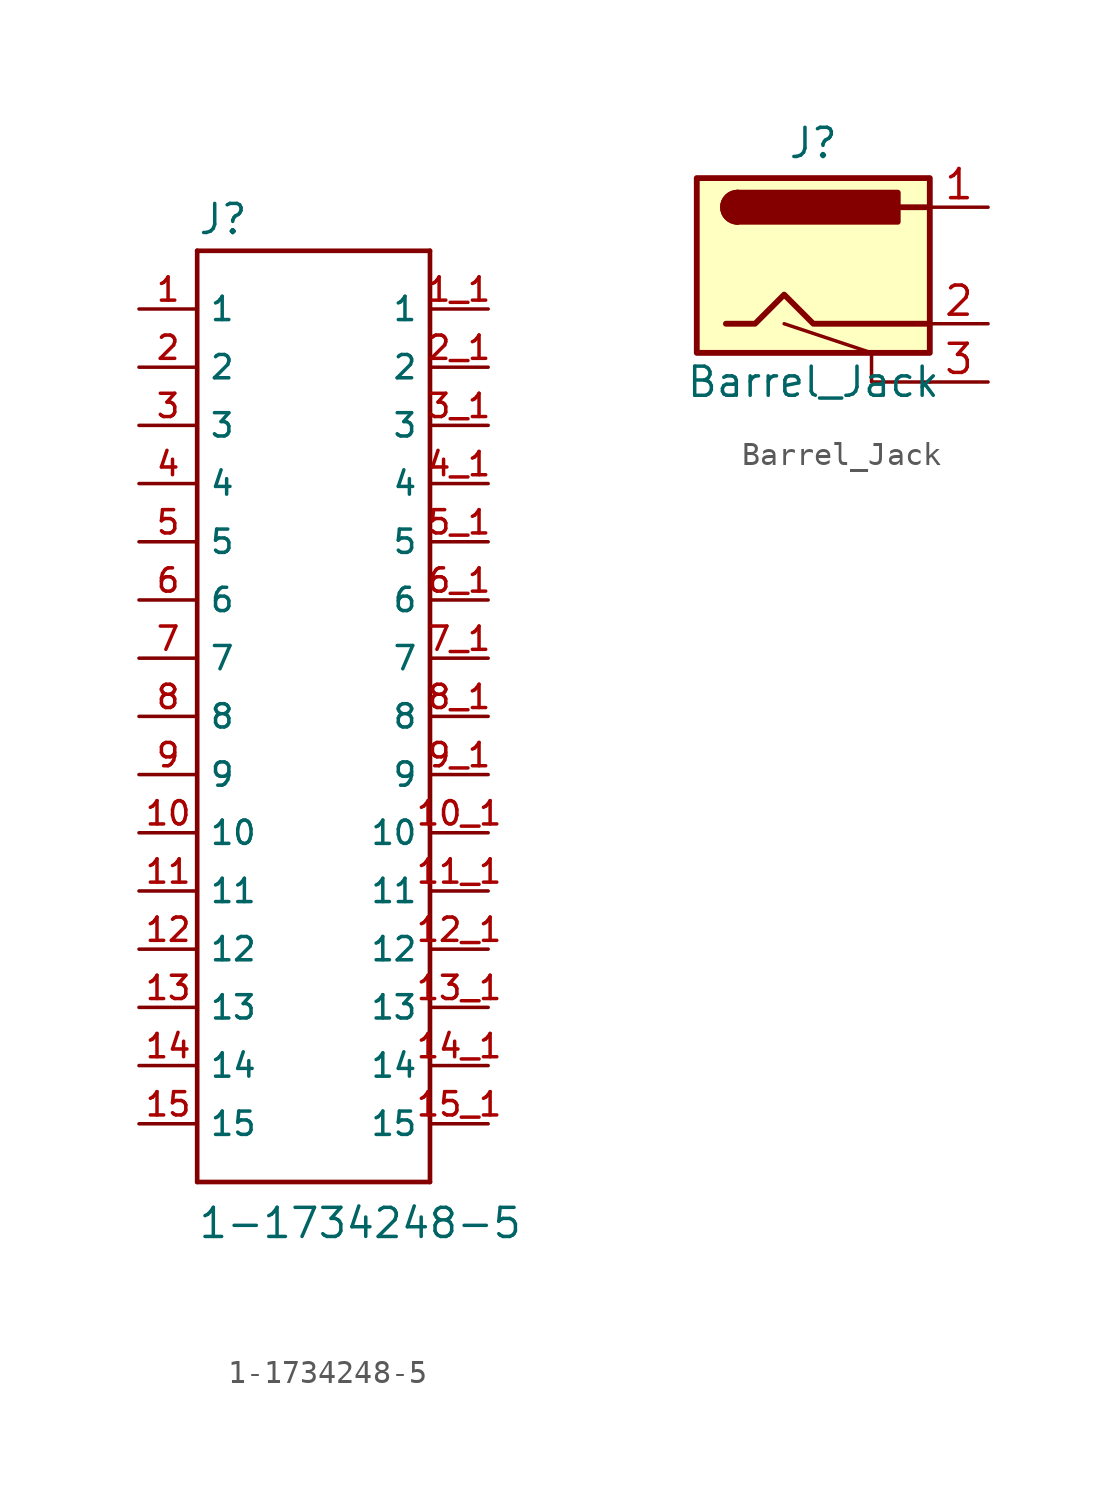
<source format=kicad_sym>
(kicad_symbol_lib
  (version 20241209)
  (generator "kicad_symbol_editor")
  (generator_version "9.0")
  (symbol "1-1734248-5"
    (property "Reference" "J"
      (at -5.08 20.955 0)
      (effects (font (size 1.27 1.27)) (justify left bottom)))
    (property "Value" "1-1734248-5"
      (at -5.08 -22.86 0)
      (effects (font (size 1.27 1.27)) (justify left bottom)))
    (property "ki_locked" ""
      (at 0 0 0)
      (effects (font (size 1.27 1.27))))
    (symbol "1-1734248-5_0_0"
      (polyline (pts (xy -5.08 20.32) (xy -5.08 -20.32)) (stroke (width 0.203) (type default)) (fill (type none)))
      (polyline (pts (xy -5.08 -20.32) (xy 5.08 -20.32)) (stroke (width 0.203) (type default)) (fill (type none)))
      (polyline (pts (xy 5.08 20.32) (xy -5.08 20.32)) (stroke (width 0.203) (type default)) (fill (type none)))
      (polyline (pts (xy 5.08 -20.32) (xy 5.08 20.32)) (stroke (width 0.203) (type default)) (fill (type none)))
      (pin passive line (at -7.62 17.78 0) (length 2.54) (name "1" (effects (font (size 1.016 1.016)))) (number "1" (effects (font (size 1.016 1.016)))))
      (pin passive line (at -7.62 15.24 0) (length 2.54) (name "2" (effects (font (size 1.016 1.016)))) (number "2" (effects (font (size 1.016 1.016)))))
      (pin passive line (at -7.62 12.7 0) (length 2.54) (name "3" (effects (font (size 1.016 1.016)))) (number "3" (effects (font (size 1.016 1.016)))))
      (pin passive line (at -7.62 10.16 0) (length 2.54) (name "4" (effects (font (size 1.016 1.016)))) (number "4" (effects (font (size 1.016 1.016)))))
      (pin passive line (at -7.62 7.62 0) (length 2.54) (name "5" (effects (font (size 1.016 1.016)))) (number "5" (effects (font (size 1.016 1.016)))))
      (pin passive line (at -7.62 5.08 0) (length 2.54) (name "6" (effects (font (size 1.016 1.016)))) (number "6" (effects (font (size 1.016 1.016)))))
      (pin passive line (at -7.62 2.54 0) (length 2.54) (name "7" (effects (font (size 1.016 1.016)))) (number "7" (effects (font (size 1.016 1.016)))))
      (pin passive line (at -7.62 0 0) (length 2.54) (name "8" (effects (font (size 1.016 1.016)))) (number "8" (effects (font (size 1.016 1.016)))))
      (pin passive line (at -7.62 -2.54 0) (length 2.54) (name "9" (effects (font (size 1.016 1.016)))) (number "9" (effects (font (size 1.016 1.016)))))
      (pin passive line (at -7.62 -5.08 0) (length 2.54) (name "10" (effects (font (size 1.016 1.016)))) (number "10" (effects (font (size 1.016 1.016)))))
      (pin passive line (at -7.62 -7.62 0) (length 2.54) (name "11" (effects (font (size 1.016 1.016)))) (number "11" (effects (font (size 1.016 1.016)))))
      (pin passive line (at -7.62 -10.16 0) (length 2.54) (name "12" (effects (font (size 1.016 1.016)))) (number "12" (effects (font (size 1.016 1.016)))))
      (pin passive line (at -7.62 -12.7 0) (length 2.54) (name "13" (effects (font (size 1.016 1.016)))) (number "13" (effects (font (size 1.016 1.016)))))
      (pin passive line (at -7.62 -15.24 0) (length 2.54) (name "14" (effects (font (size 1.016 1.016)))) (number "14" (effects (font (size 1.016 1.016)))))
      (pin passive line (at -7.62 -17.78 0) (length 2.54) (name "15" (effects (font (size 1.016 1.016)))) (number "15" (effects (font (size 1.016 1.016)))))
      (pin passive line (at 7.62 17.78 180) (length 2.54) (name "1" (effects (font (size 1.016 1.016)))) (number "1_1" (effects (font (size 1.016 1.016)))))
      (pin passive line (at 7.62 15.24 180) (length 2.54) (name "2" (effects (font (size 1.016 1.016)))) (number "2_1" (effects (font (size 1.016 1.016)))))
      (pin passive line (at 7.62 12.7 180) (length 2.54) (name "3" (effects (font (size 1.016 1.016)))) (number "3_1" (effects (font (size 1.016 1.016)))))
      (pin passive line (at 7.62 10.16 180) (length 2.54) (name "4" (effects (font (size 1.016 1.016)))) (number "4_1" (effects (font (size 1.016 1.016)))))
      (pin passive line (at 7.62 7.62 180) (length 2.54) (name "5" (effects (font (size 1.016 1.016)))) (number "5_1" (effects (font (size 1.016 1.016)))))
      (pin passive line (at 7.62 5.08 180) (length 2.54) (name "6" (effects (font (size 1.016 1.016)))) (number "6_1" (effects (font (size 1.016 1.016)))))
      (pin passive line (at 7.62 2.54 180) (length 2.54) (name "7" (effects (font (size 1.016 1.016)))) (number "7_1" (effects (font (size 1.016 1.016)))))
      (pin passive line (at 7.62 0 180) (length 2.54) (name "8" (effects (font (size 1.016 1.016)))) (number "8_1" (effects (font (size 1.016 1.016)))))
      (pin passive line (at 7.62 -2.54 180) (length 2.54) (name "9" (effects (font (size 1.016 1.016)))) (number "9_1" (effects (font (size 1.016 1.016)))))
      (pin passive line (at 7.62 -5.08 180) (length 2.54) (name "10" (effects (font (size 1.016 1.016)))) (number "10_1" (effects (font (size 1.016 1.016)))))
      (pin passive line (at 7.62 -7.62 180) (length 2.54) (name "11" (effects (font (size 1.016 1.016)))) (number "11_1" (effects (font (size 1.016 1.016)))))
      (pin passive line (at 7.62 -10.16 180) (length 2.54) (name "12" (effects (font (size 1.016 1.016)))) (number "12_1" (effects (font (size 1.016 1.016)))))
      (pin passive line (at 7.62 -12.7 180) (length 2.54) (name "13" (effects (font (size 1.016 1.016)))) (number "13_1" (effects (font (size 1.016 1.016)))))
      (pin passive line (at 7.62 -15.24 180) (length 2.54) (name "14" (effects (font (size 1.016 1.016)))) (number "14_1" (effects (font (size 1.016 1.016)))))
      (pin passive line (at 7.62 -17.78 180) (length 2.54) (name "15" (effects (font (size 1.016 1.016)))) (number "15_1" (effects (font (size 1.016 1.016)))))))
  (symbol "Barrel_Jack"
    (property "Reference" "J"
      (at 0 5.334 0)
      (effects (font (size 1.27 1.27))))
    (property "Value" "Barrel_Jack"
      (at 0 -5.08 0)
      (effects (font (size 1.27 1.27))))
    (symbol "Barrel_Jack_0_1"
      (rectangle (start -5.08 3.81) (end 5.08 -3.81) (stroke (width 0.254) (type default)) (fill (type background)))
      (polyline (pts (xy -3.81 -2.54) (xy -2.54 -2.54) (xy -1.27 -1.27) (xy 0 -2.54) (xy 2.54 -2.54) (xy 5.08 -2.54)) (stroke (width 0.254) (type default)) (fill (type none)))
      (arc (start -3.302 1.905) (mid -3.937 2.54) (end -3.302 3.175) (stroke (width 0.254) (type default)) (fill (type none)))
      (arc (start -3.302 1.905) (mid -3.937 2.54) (end -3.302 3.175) (stroke (width 0.254) (type default)) (fill (type outline)))
      (rectangle (start 3.683 3.175) (end -3.302 1.905) (stroke (width 0.254) (type default)) (fill (type outline)))
      (polyline (pts (xy 5.08 2.54) (xy 3.81 2.54)) (stroke (width 0.254) (type default)) (fill (type none)))
      (polyline (pts (xy 5.08 -5.08) (xy 2.54 -5.08) (xy 2.54 -3.81) (xy -1.27 -2.54)) (stroke (width 0) (type default)) (fill (type none))))
    (symbol "Barrel_Jack_1_1"
      (pin passive line (at 7.62 2.54 180) (length 2.54) (name "~" (effects (font (size 1.27 1.27)))) (number "1" (effects (font (size 1.27 1.27)))))
      (pin passive line (at 7.62 -2.54 180) (length 2.54) (name "~" (effects (font (size 1.27 1.27)))) (number "2" (effects (font (size 1.27 1.27)))))
      (pin passive line (at 7.62 -5.08 180) (length 2.54) (name "~" (effects (font (size 1.27 1.27)))) (number "3" (effects (font (size 1.27 1.27))))))))
</source>
